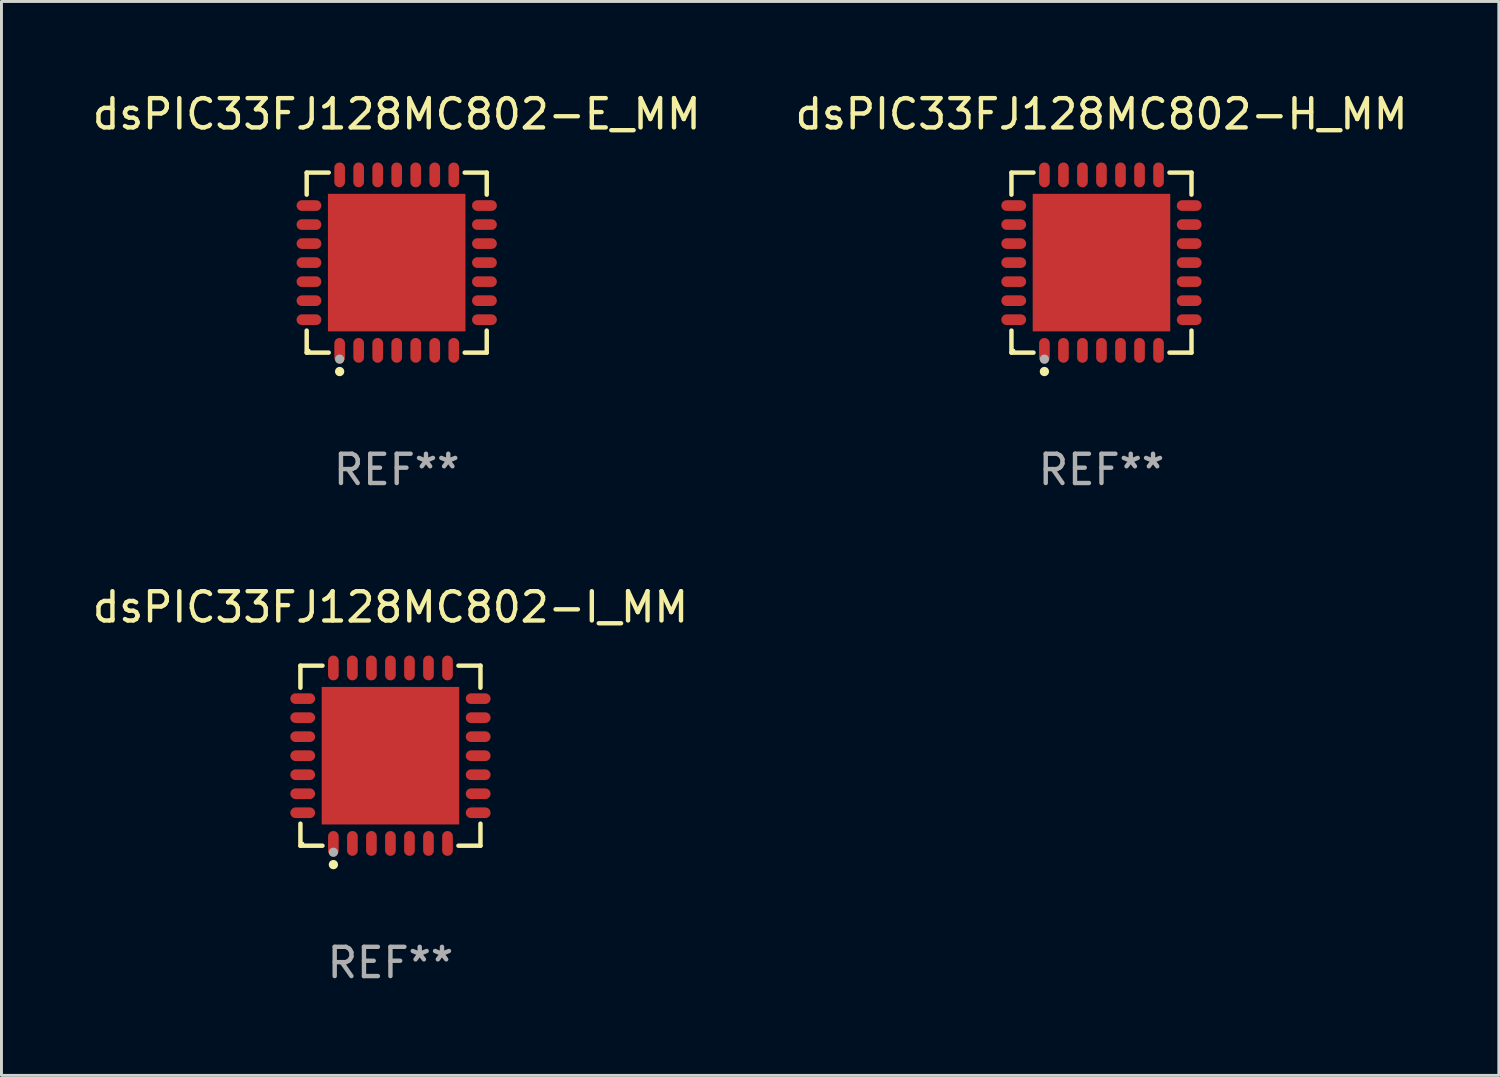
<source format=kicad_pcb>
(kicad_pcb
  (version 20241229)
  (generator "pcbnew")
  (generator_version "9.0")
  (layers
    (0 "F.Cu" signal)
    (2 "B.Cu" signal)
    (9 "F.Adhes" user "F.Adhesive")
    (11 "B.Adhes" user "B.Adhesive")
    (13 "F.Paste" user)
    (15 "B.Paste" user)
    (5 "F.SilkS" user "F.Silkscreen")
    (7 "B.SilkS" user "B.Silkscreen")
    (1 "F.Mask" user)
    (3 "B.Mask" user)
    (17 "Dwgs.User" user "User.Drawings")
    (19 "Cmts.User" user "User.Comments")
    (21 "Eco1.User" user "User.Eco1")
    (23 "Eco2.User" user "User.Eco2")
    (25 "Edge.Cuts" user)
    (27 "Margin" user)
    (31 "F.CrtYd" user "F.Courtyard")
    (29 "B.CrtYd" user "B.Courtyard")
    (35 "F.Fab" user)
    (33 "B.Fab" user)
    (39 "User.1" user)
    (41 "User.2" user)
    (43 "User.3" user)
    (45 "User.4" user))
  (footprint "dsPIC33FJ128MC802-I_MM"
    (layer "F.Cu")
    (at 10.292 22.773)
    (property "Reference" "dsPIC33FJ128MC802-I_MM" (at 0 -5.076 0) (layer "F.SilkS") (effects (font (size 1 1) (thickness 0.15))))
    (attr through_hole)
    (fp_line (start -3.076 -3.076) (end -2.323 -3.076) (stroke (width 0.152) (type solid)) (layer "F.SilkS"))
    (fp_line (start -3.076 -2.323) (end -3.076 -3.076) (stroke (width 0.152) (type solid)) (layer "F.SilkS"))
    (fp_line (start -3.076 2.323) (end -3.076 3.076) (stroke (width 0.152) (type solid)) (layer "F.SilkS"))
    (fp_line (start -3.076 3.076) (end -2.323 3.076) (stroke (width 0.152) (type solid)) (layer "F.SilkS"))
    (fp_line (start 3.076 -3.076) (end 2.323 -3.076) (stroke (width 0.152) (type solid)) (layer "F.SilkS"))
    (fp_line (start 3.076 -2.323) (end 3.076 -3.076) (stroke (width 0.152) (type solid)) (layer "F.SilkS"))
    (fp_line (start 3.076 2.323) (end 3.076 3.076) (stroke (width 0.152) (type solid)) (layer "F.SilkS"))
    (fp_line (start 3.076 3.076) (end 2.323 3.076) (stroke (width 0.152) (type solid)) (layer "F.SilkS"))
    (fp_circle (center -3 3) (end -2.97 3) (stroke (width 0.06) (type solid)) (fill no) (layer "F.SilkS"))
    (fp_circle (center -1.95 3.722) (end -1.87 3.722) (stroke (width 0.16) (type solid)) (fill no) (layer "F.SilkS"))
    (fp_circle (center -1.95 3.3) (end -1.87 3.3) (stroke (width 0.16) (type solid)) (fill no) (layer "F.Fab"))
    (fp_text user "REF**" (at 0 7.076 0) (layer "F.Fab") (effects (font (size 1 1) (thickness 0.15))))
    (pad "1" smd oval (at -1.95 2.998) (size 0.364 0.847) (layers "F.Cu" "F.Mask" "F.Paste"))
    (pad "2" smd oval (at -1.3 2.998) (size 0.364 0.847) (layers "F.Cu" "F.Mask" "F.Paste"))
    (pad "3" smd oval (at -0.65 2.998) (size 0.364 0.847) (layers "F.Cu" "F.Mask" "F.Paste"))
    (pad "4" smd oval (at 0 2.998) (size 0.364 0.847) (layers "F.Cu" "F.Mask" "F.Paste"))
    (pad "5" smd oval (at 0.65 2.998) (size 0.364 0.847) (layers "F.Cu" "F.Mask" "F.Paste"))
    (pad "6" smd oval (at 1.3 2.998) (size 0.364 0.847) (layers "F.Cu" "F.Mask" "F.Paste"))
    (pad "7" smd oval (at 1.95 2.998) (size 0.364 0.847) (layers "F.Cu" "F.Mask" "F.Paste"))
    (pad "8" smd oval (at 2.998 1.95) (size 0.847 0.364) (layers "F.Cu" "F.Mask" "F.Paste"))
    (pad "9" smd oval (at 2.998 1.3) (size 0.847 0.364) (layers "F.Cu" "F.Mask" "F.Paste"))
    (pad "10" smd oval (at 2.998 0.65) (size 0.847 0.364) (layers "F.Cu" "F.Mask" "F.Paste"))
    (pad "11" smd oval (at 2.998 0) (size 0.847 0.364) (layers "F.Cu" "F.Mask" "F.Paste"))
    (pad "12" smd oval (at 2.998 -0.65) (size 0.847 0.364) (layers "F.Cu" "F.Mask" "F.Paste"))
    (pad "13" smd oval (at 2.998 -1.3) (size 0.847 0.364) (layers "F.Cu" "F.Mask" "F.Paste"))
    (pad "14" smd oval (at 2.998 -1.95) (size 0.847 0.364) (layers "F.Cu" "F.Mask" "F.Paste"))
    (pad "15" smd oval (at 1.95 -2.998) (size 0.364 0.847) (layers "F.Cu" "F.Mask" "F.Paste"))
    (pad "16" smd oval (at 1.3 -2.998) (size 0.364 0.847) (layers "F.Cu" "F.Mask" "F.Paste"))
    (pad "17" smd oval (at 0.65 -2.998) (size 0.364 0.847) (layers "F.Cu" "F.Mask" "F.Paste"))
    (pad "18" smd oval (at 0 -2.998) (size 0.364 0.847) (layers "F.Cu" "F.Mask" "F.Paste"))
    (pad "19" smd oval (at -0.65 -2.998) (size 0.364 0.847) (layers "F.Cu" "F.Mask" "F.Paste"))
    (pad "20" smd oval (at -1.3 -2.998) (size 0.364 0.847) (layers "F.Cu" "F.Mask" "F.Paste"))
    (pad "21" smd oval (at -1.95 -2.998) (size 0.364 0.847) (layers "F.Cu" "F.Mask" "F.Paste"))
    (pad "22" smd oval (at -2.998 -1.95) (size 0.847 0.364) (layers "F.Cu" "F.Mask" "F.Paste"))
    (pad "23" smd oval (at -2.998 -1.3) (size 0.847 0.364) (layers "F.Cu" "F.Mask" "F.Paste"))
    (pad "24" smd oval (at -2.998 -0.65) (size 0.847 0.364) (layers "F.Cu" "F.Mask" "F.Paste"))
    (pad "25" smd oval (at -2.998 0) (size 0.847 0.364) (layers "F.Cu" "F.Mask" "F.Paste"))
    (pad "26" smd oval (at -2.998 0.65) (size 0.847 0.364) (layers "F.Cu" "F.Mask" "F.Paste"))
    (pad "27" smd oval (at -2.998 1.3) (size 0.847 0.364) (layers "F.Cu" "F.Mask" "F.Paste"))
    (pad "28" smd oval (at -2.998 1.95) (size 0.847 0.364) (layers "F.Cu" "F.Mask" "F.Paste"))
    (pad "29" smd rect (at 0 0) (size 4.7 4.7) (layers "F.Cu" "F.Mask" "F.Paste")))
  (footprint "dsPIC33FJ128MC802-E_MM"
    (layer "F.Cu")
    (at 10.506 5.924)
    (property "Reference" "dsPIC33FJ128MC802-E_MM" (at 0 -5.076 0) (layer "F.SilkS") (effects (font (size 1 1) (thickness 0.15))))
    (attr through_hole)
    (fp_line (start -3.076 -3.076) (end -2.323 -3.076) (stroke (width 0.152) (type solid)) (layer "F.SilkS"))
    (fp_line (start -3.076 -2.323) (end -3.076 -3.076) (stroke (width 0.152) (type solid)) (layer "F.SilkS"))
    (fp_line (start -3.076 2.323) (end -3.076 3.076) (stroke (width 0.152) (type solid)) (layer "F.SilkS"))
    (fp_line (start -3.076 3.076) (end -2.323 3.076) (stroke (width 0.152) (type solid)) (layer "F.SilkS"))
    (fp_line (start 3.076 -3.076) (end 2.323 -3.076) (stroke (width 0.152) (type solid)) (layer "F.SilkS"))
    (fp_line (start 3.076 -2.323) (end 3.076 -3.076) (stroke (width 0.152) (type solid)) (layer "F.SilkS"))
    (fp_line (start 3.076 2.323) (end 3.076 3.076) (stroke (width 0.152) (type solid)) (layer "F.SilkS"))
    (fp_line (start 3.076 3.076) (end 2.323 3.076) (stroke (width 0.152) (type solid)) (layer "F.SilkS"))
    (fp_circle (center -3 3) (end -2.97 3) (stroke (width 0.06) (type solid)) (fill no) (layer "F.SilkS"))
    (fp_circle (center -1.95 3.722) (end -1.87 3.722) (stroke (width 0.16) (type solid)) (fill no) (layer "F.SilkS"))
    (fp_circle (center -1.95 3.3) (end -1.87 3.3) (stroke (width 0.16) (type solid)) (fill no) (layer "F.Fab"))
    (fp_text user "REF**" (at 0 7.076 0) (layer "F.Fab") (effects (font (size 1 1) (thickness 0.15))))
    (pad "1" smd oval (at -1.95 2.998) (size 0.364 0.847) (layers "F.Cu" "F.Mask" "F.Paste"))
    (pad "2" smd oval (at -1.3 2.998) (size 0.364 0.847) (layers "F.Cu" "F.Mask" "F.Paste"))
    (pad "3" smd oval (at -0.65 2.998) (size 0.364 0.847) (layers "F.Cu" "F.Mask" "F.Paste"))
    (pad "4" smd oval (at 0 2.998) (size 0.364 0.847) (layers "F.Cu" "F.Mask" "F.Paste"))
    (pad "5" smd oval (at 0.65 2.998) (size 0.364 0.847) (layers "F.Cu" "F.Mask" "F.Paste"))
    (pad "6" smd oval (at 1.3 2.998) (size 0.364 0.847) (layers "F.Cu" "F.Mask" "F.Paste"))
    (pad "7" smd oval (at 1.95 2.998) (size 0.364 0.847) (layers "F.Cu" "F.Mask" "F.Paste"))
    (pad "8" smd oval (at 2.998 1.95) (size 0.847 0.364) (layers "F.Cu" "F.Mask" "F.Paste"))
    (pad "9" smd oval (at 2.998 1.3) (size 0.847 0.364) (layers "F.Cu" "F.Mask" "F.Paste"))
    (pad "10" smd oval (at 2.998 0.65) (size 0.847 0.364) (layers "F.Cu" "F.Mask" "F.Paste"))
    (pad "11" smd oval (at 2.998 0) (size 0.847 0.364) (layers "F.Cu" "F.Mask" "F.Paste"))
    (pad "12" smd oval (at 2.998 -0.65) (size 0.847 0.364) (layers "F.Cu" "F.Mask" "F.Paste"))
    (pad "13" smd oval (at 2.998 -1.3) (size 0.847 0.364) (layers "F.Cu" "F.Mask" "F.Paste"))
    (pad "14" smd oval (at 2.998 -1.95) (size 0.847 0.364) (layers "F.Cu" "F.Mask" "F.Paste"))
    (pad "15" smd oval (at 1.95 -2.998) (size 0.364 0.847) (layers "F.Cu" "F.Mask" "F.Paste"))
    (pad "16" smd oval (at 1.3 -2.998) (size 0.364 0.847) (layers "F.Cu" "F.Mask" "F.Paste"))
    (pad "17" smd oval (at 0.65 -2.998) (size 0.364 0.847) (layers "F.Cu" "F.Mask" "F.Paste"))
    (pad "18" smd oval (at 0 -2.998) (size 0.364 0.847) (layers "F.Cu" "F.Mask" "F.Paste"))
    (pad "19" smd oval (at -0.65 -2.998) (size 0.364 0.847) (layers "F.Cu" "F.Mask" "F.Paste"))
    (pad "20" smd oval (at -1.3 -2.998) (size 0.364 0.847) (layers "F.Cu" "F.Mask" "F.Paste"))
    (pad "21" smd oval (at -1.95 -2.998) (size 0.364 0.847) (layers "F.Cu" "F.Mask" "F.Paste"))
    (pad "22" smd oval (at -2.998 -1.95) (size 0.847 0.364) (layers "F.Cu" "F.Mask" "F.Paste"))
    (pad "23" smd oval (at -2.998 -1.3) (size 0.847 0.364) (layers "F.Cu" "F.Mask" "F.Paste"))
    (pad "24" smd oval (at -2.998 -0.65) (size 0.847 0.364) (layers "F.Cu" "F.Mask" "F.Paste"))
    (pad "25" smd oval (at -2.998 0) (size 0.847 0.364) (layers "F.Cu" "F.Mask" "F.Paste"))
    (pad "26" smd oval (at -2.998 0.65) (size 0.847 0.364) (layers "F.Cu" "F.Mask" "F.Paste"))
    (pad "27" smd oval (at -2.998 1.3) (size 0.847 0.364) (layers "F.Cu" "F.Mask" "F.Paste"))
    (pad "28" smd oval (at -2.998 1.95) (size 0.847 0.364) (layers "F.Cu" "F.Mask" "F.Paste"))
    (pad "29" smd rect (at 0 0) (size 4.7 4.7) (layers "F.Cu" "F.Mask" "F.Paste")))
  (footprint "dsPIC33FJ128MC802-H_MM"
    (layer "F.Cu")
    (at 34.589 5.924)
    (property "Reference" "dsPIC33FJ128MC802-H_MM" (at 0 -5.076 0) (layer "F.SilkS") (effects (font (size 1 1) (thickness 0.15))))
    (attr through_hole)
    (fp_line (start -3.076 -3.076) (end -2.323 -3.076) (stroke (width 0.152) (type solid)) (layer "F.SilkS"))
    (fp_line (start -3.076 -2.323) (end -3.076 -3.076) (stroke (width 0.152) (type solid)) (layer "F.SilkS"))
    (fp_line (start -3.076 2.323) (end -3.076 3.076) (stroke (width 0.152) (type solid)) (layer "F.SilkS"))
    (fp_line (start -3.076 3.076) (end -2.323 3.076) (stroke (width 0.152) (type solid)) (layer "F.SilkS"))
    (fp_line (start 3.076 -3.076) (end 2.323 -3.076) (stroke (width 0.152) (type solid)) (layer "F.SilkS"))
    (fp_line (start 3.076 -2.323) (end 3.076 -3.076) (stroke (width 0.152) (type solid)) (layer "F.SilkS"))
    (fp_line (start 3.076 2.323) (end 3.076 3.076) (stroke (width 0.152) (type solid)) (layer "F.SilkS"))
    (fp_line (start 3.076 3.076) (end 2.323 3.076) (stroke (width 0.152) (type solid)) (layer "F.SilkS"))
    (fp_circle (center -3 3) (end -2.97 3) (stroke (width 0.06) (type solid)) (fill no) (layer "F.SilkS"))
    (fp_circle (center -1.95 3.722) (end -1.87 3.722) (stroke (width 0.16) (type solid)) (fill no) (layer "F.SilkS"))
    (fp_circle (center -1.95 3.3) (end -1.87 3.3) (stroke (width 0.16) (type solid)) (fill no) (layer "F.Fab"))
    (fp_text user "REF**" (at 0 7.076 0) (layer "F.Fab") (effects (font (size 1 1) (thickness 0.15))))
    (pad "1" smd oval (at -1.95 2.998) (size 0.364 0.847) (layers "F.Cu" "F.Mask" "F.Paste"))
    (pad "2" smd oval (at -1.3 2.998) (size 0.364 0.847) (layers "F.Cu" "F.Mask" "F.Paste"))
    (pad "3" smd oval (at -0.65 2.998) (size 0.364 0.847) (layers "F.Cu" "F.Mask" "F.Paste"))
    (pad "4" smd oval (at 0 2.998) (size 0.364 0.847) (layers "F.Cu" "F.Mask" "F.Paste"))
    (pad "5" smd oval (at 0.65 2.998) (size 0.364 0.847) (layers "F.Cu" "F.Mask" "F.Paste"))
    (pad "6" smd oval (at 1.3 2.998) (size 0.364 0.847) (layers "F.Cu" "F.Mask" "F.Paste"))
    (pad "7" smd oval (at 1.95 2.998) (size 0.364 0.847) (layers "F.Cu" "F.Mask" "F.Paste"))
    (pad "8" smd oval (at 2.998 1.95) (size 0.847 0.364) (layers "F.Cu" "F.Mask" "F.Paste"))
    (pad "9" smd oval (at 2.998 1.3) (size 0.847 0.364) (layers "F.Cu" "F.Mask" "F.Paste"))
    (pad "10" smd oval (at 2.998 0.65) (size 0.847 0.364) (layers "F.Cu" "F.Mask" "F.Paste"))
    (pad "11" smd oval (at 2.998 0) (size 0.847 0.364) (layers "F.Cu" "F.Mask" "F.Paste"))
    (pad "12" smd oval (at 2.998 -0.65) (size 0.847 0.364) (layers "F.Cu" "F.Mask" "F.Paste"))
    (pad "13" smd oval (at 2.998 -1.3) (size 0.847 0.364) (layers "F.Cu" "F.Mask" "F.Paste"))
    (pad "14" smd oval (at 2.998 -1.95) (size 0.847 0.364) (layers "F.Cu" "F.Mask" "F.Paste"))
    (pad "15" smd oval (at 1.95 -2.998) (size 0.364 0.847) (layers "F.Cu" "F.Mask" "F.Paste"))
    (pad "16" smd oval (at 1.3 -2.998) (size 0.364 0.847) (layers "F.Cu" "F.Mask" "F.Paste"))
    (pad "17" smd oval (at 0.65 -2.998) (size 0.364 0.847) (layers "F.Cu" "F.Mask" "F.Paste"))
    (pad "18" smd oval (at 0 -2.998) (size 0.364 0.847) (layers "F.Cu" "F.Mask" "F.Paste"))
    (pad "19" smd oval (at -0.65 -2.998) (size 0.364 0.847) (layers "F.Cu" "F.Mask" "F.Paste"))
    (pad "20" smd oval (at -1.3 -2.998) (size 0.364 0.847) (layers "F.Cu" "F.Mask" "F.Paste"))
    (pad "21" smd oval (at -1.95 -2.998) (size 0.364 0.847) (layers "F.Cu" "F.Mask" "F.Paste"))
    (pad "22" smd oval (at -2.998 -1.95) (size 0.847 0.364) (layers "F.Cu" "F.Mask" "F.Paste"))
    (pad "23" smd oval (at -2.998 -1.3) (size 0.847 0.364) (layers "F.Cu" "F.Mask" "F.Paste"))
    (pad "24" smd oval (at -2.998 -0.65) (size 0.847 0.364) (layers "F.Cu" "F.Mask" "F.Paste"))
    (pad "25" smd oval (at -2.998 0) (size 0.847 0.364) (layers "F.Cu" "F.Mask" "F.Paste"))
    (pad "26" smd oval (at -2.998 0.65) (size 0.847 0.364) (layers "F.Cu" "F.Mask" "F.Paste"))
    (pad "27" smd oval (at -2.998 1.3) (size 0.847 0.364) (layers "F.Cu" "F.Mask" "F.Paste"))
    (pad "28" smd oval (at -2.998 1.95) (size 0.847 0.364) (layers "F.Cu" "F.Mask" "F.Paste"))
    (pad "29" smd rect (at 0 0) (size 4.7 4.7) (layers "F.Cu" "F.Mask" "F.Paste")))
  (gr_rect
    (start -3 -3)
    (end 48.167 33.698)
    (stroke (width 0.1) (type default))
    (fill no)
    (layer "Edge.Cuts")))
</source>
